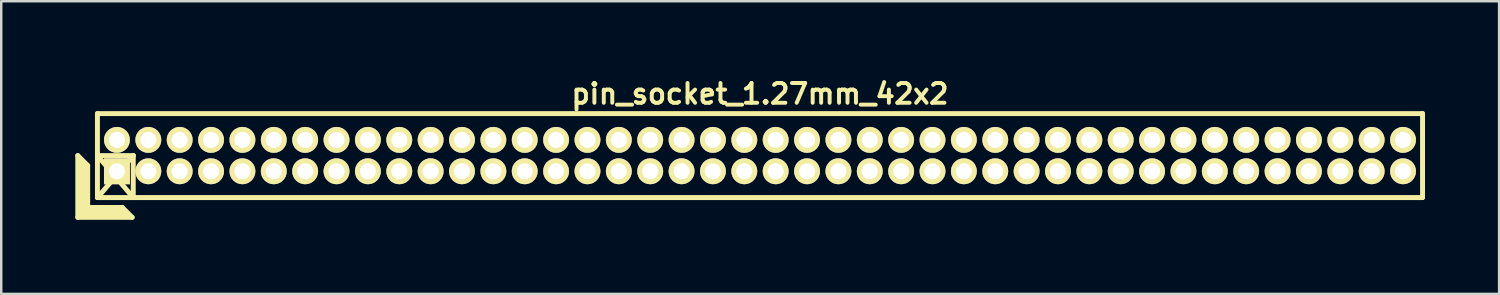
<source format=kicad_pcb>
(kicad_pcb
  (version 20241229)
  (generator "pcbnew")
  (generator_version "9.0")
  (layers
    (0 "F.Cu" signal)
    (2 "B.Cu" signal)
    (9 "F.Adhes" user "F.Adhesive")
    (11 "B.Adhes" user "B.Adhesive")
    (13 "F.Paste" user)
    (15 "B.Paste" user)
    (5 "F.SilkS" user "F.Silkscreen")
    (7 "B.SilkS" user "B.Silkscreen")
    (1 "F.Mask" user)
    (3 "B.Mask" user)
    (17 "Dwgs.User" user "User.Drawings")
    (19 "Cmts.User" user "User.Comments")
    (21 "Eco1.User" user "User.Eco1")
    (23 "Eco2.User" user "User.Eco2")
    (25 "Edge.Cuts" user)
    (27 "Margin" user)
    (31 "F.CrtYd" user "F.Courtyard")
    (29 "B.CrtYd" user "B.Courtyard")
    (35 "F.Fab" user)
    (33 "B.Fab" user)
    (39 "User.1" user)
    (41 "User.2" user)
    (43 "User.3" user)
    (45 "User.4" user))
  (footprint "pin_socket_1.27mm_42x2"
    (layer "F.Cu")
    (at 27.72 3.249)
    (property "Reference" "pin_socket_1.27mm_42x2" (at 0 -2.5 0) (layer "F.SilkS") (effects (font (size 0.8 0.8) (thickness 0.16))))
    (attr through_hole)
    (fp_line (start -27.62 0) (end -27.62 2.5) (stroke (width 0.2) (type solid)) (layer "F.SilkS"))
    (fp_line (start -27.62 0) (end -27.22 0.4) (stroke (width 0.2) (type solid)) (layer "F.SilkS"))
    (fp_line (start -27.62 2.5) (end -25.42 2.5) (stroke (width 0.2) (type solid)) (layer "F.SilkS"))
    (fp_line (start -27.52 2.4) (end -27.52 0.2) (stroke (width 0.2) (type solid)) (layer "F.SilkS"))
    (fp_line (start -27.52 2.4) (end -25.62 2.4) (stroke (width 0.2) (type solid)) (layer "F.SilkS"))
    (fp_line (start -27.42 2.3) (end -27.42 0.3) (stroke (width 0.2) (type solid)) (layer "F.SilkS"))
    (fp_line (start -27.42 2.3) (end -25.72 2.3) (stroke (width 0.2) (type solid)) (layer "F.SilkS"))
    (fp_line (start -27.32 2.2) (end -27.32 0.4) (stroke (width 0.2) (type solid)) (layer "F.SilkS"))
    (fp_line (start -27.32 2.2) (end -25.82 2.2) (stroke (width 0.2) (type solid)) (layer "F.SilkS"))
    (fp_line (start -27.22 2.1) (end -27.22 0.4) (stroke (width 0.2) (type solid)) (layer "F.SilkS"))
    (fp_line (start -27.22 2.1) (end -25.82 2.1) (stroke (width 0.2) (type solid)) (layer "F.SilkS"))
    (fp_line (start -26.825 -1.7) (end 26.825 -1.7) (stroke (width 0.2) (type solid)) (layer "F.SilkS"))
    (fp_line (start -26.825 0) (end -25.375 0) (stroke (width 0.2) (type solid)) (layer "F.SilkS"))
    (fp_line (start -26.825 0) (end -25.375 1.7) (stroke (width 0.2) (type solid)) (layer "F.SilkS"))
    (fp_line (start -26.825 1.7) (end -26.825 -1.7) (stroke (width 0.2) (type solid)) (layer "F.SilkS"))
    (fp_line (start -25.82 2.1) (end -25.42 2.5) (stroke (width 0.2) (type solid)) (layer "F.SilkS"))
    (fp_line (start -25.375 0) (end -26.82 1.7) (stroke (width 0.2) (type solid)) (layer "F.SilkS"))
    (fp_line (start -25.375 0) (end -25.375 1.7) (stroke (width 0.2) (type solid)) (layer "F.SilkS"))
    (fp_line (start 26.825 -1.7) (end 26.825 1.7) (stroke (width 0.2) (type solid)) (layer "F.SilkS"))
    (fp_line (start 26.825 1.7) (end -26.825 1.7) (stroke (width 0.2) (type solid)) (layer "F.SilkS"))
    (pad "1" thru_hole rect (at -26.035 0.635) (size 1.05 1.05) (drill 0.65) (layers "*.Cu" "*.Mask" "F.SilkS"))
    (pad "2" thru_hole oval (at -26.035 -0.635) (size 1.05 1.05) (drill 0.65) (layers "*.Cu" "*.Mask" "F.SilkS"))
    (pad "3" thru_hole oval (at -24.765 0.635) (size 1.05 1.05) (drill 0.65) (layers "*.Cu" "*.Mask" "F.SilkS"))
    (pad "4" thru_hole oval (at -24.765 -0.635) (size 1.05 1.05) (drill 0.65) (layers "*.Cu" "*.Mask" "F.SilkS"))
    (pad "5" thru_hole oval (at -23.495 0.635) (size 1.05 1.05) (drill 0.65) (layers "*.Cu" "*.Mask" "F.SilkS"))
    (pad "6" thru_hole oval (at -23.495 -0.635) (size 1.05 1.05) (drill 0.65) (layers "*.Cu" "*.Mask" "F.SilkS"))
    (pad "7" thru_hole oval (at -22.225 0.635) (size 1.05 1.05) (drill 0.65) (layers "*.Cu" "*.Mask" "F.SilkS"))
    (pad "8" thru_hole oval (at -22.225 -0.635) (size 1.05 1.05) (drill 0.65) (layers "*.Cu" "*.Mask" "F.SilkS"))
    (pad "9" thru_hole oval (at -20.955 0.635) (size 1.05 1.05) (drill 0.65) (layers "*.Cu" "*.Mask" "F.SilkS"))
    (pad "10" thru_hole oval (at -20.955 -0.635) (size 1.05 1.05) (drill 0.65) (layers "*.Cu" "*.Mask" "F.SilkS"))
    (pad "11" thru_hole oval (at -19.685 0.635) (size 1.05 1.05) (drill 0.65) (layers "*.Cu" "*.Mask" "F.SilkS"))
    (pad "12" thru_hole oval (at -19.685 -0.635) (size 1.05 1.05) (drill 0.65) (layers "*.Cu" "*.Mask" "F.SilkS"))
    (pad "13" thru_hole oval (at -18.415 0.635) (size 1.05 1.05) (drill 0.65) (layers "*.Cu" "*.Mask" "F.SilkS"))
    (pad "14" thru_hole oval (at -18.415 -0.635) (size 1.05 1.05) (drill 0.65) (layers "*.Cu" "*.Mask" "F.SilkS"))
    (pad "15" thru_hole oval (at -17.145 0.635) (size 1.05 1.05) (drill 0.65) (layers "*.Cu" "*.Mask" "F.SilkS"))
    (pad "16" thru_hole oval (at -17.145 -0.635) (size 1.05 1.05) (drill 0.65) (layers "*.Cu" "*.Mask" "F.SilkS"))
    (pad "17" thru_hole oval (at -15.875 0.635) (size 1.05 1.05) (drill 0.65) (layers "*.Cu" "*.Mask" "F.SilkS"))
    (pad "18" thru_hole oval (at -15.875 -0.635) (size 1.05 1.05) (drill 0.65) (layers "*.Cu" "*.Mask" "F.SilkS"))
    (pad "19" thru_hole oval (at -14.605 0.635) (size 1.05 1.05) (drill 0.65) (layers "*.Cu" "*.Mask" "F.SilkS"))
    (pad "20" thru_hole oval (at -14.605 -0.635) (size 1.05 1.05) (drill 0.65) (layers "*.Cu" "*.Mask" "F.SilkS"))
    (pad "21" thru_hole oval (at -13.335 0.635) (size 1.05 1.05) (drill 0.65) (layers "*.Cu" "*.Mask" "F.SilkS"))
    (pad "22" thru_hole oval (at -13.335 -0.635) (size 1.05 1.05) (drill 0.65) (layers "*.Cu" "*.Mask" "F.SilkS"))
    (pad "23" thru_hole oval (at -12.065 0.635) (size 1.05 1.05) (drill 0.65) (layers "*.Cu" "*.Mask" "F.SilkS"))
    (pad "24" thru_hole oval (at -12.065 -0.635) (size 1.05 1.05) (drill 0.65) (layers "*.Cu" "*.Mask" "F.SilkS"))
    (pad "25" thru_hole oval (at -10.795 0.635) (size 1.05 1.05) (drill 0.65) (layers "*.Cu" "*.Mask" "F.SilkS"))
    (pad "26" thru_hole oval (at -10.795 -0.635) (size 1.05 1.05) (drill 0.65) (layers "*.Cu" "*.Mask" "F.SilkS"))
    (pad "27" thru_hole oval (at -9.525 0.635) (size 1.05 1.05) (drill 0.65) (layers "*.Cu" "*.Mask" "F.SilkS"))
    (pad "28" thru_hole oval (at -9.525 -0.635) (size 1.05 1.05) (drill 0.65) (layers "*.Cu" "*.Mask" "F.SilkS"))
    (pad "29" thru_hole oval (at -8.255 0.635) (size 1.05 1.05) (drill 0.65) (layers "*.Cu" "*.Mask" "F.SilkS"))
    (pad "30" thru_hole oval (at -8.255 -0.635) (size 1.05 1.05) (drill 0.65) (layers "*.Cu" "*.Mask" "F.SilkS"))
    (pad "31" thru_hole oval (at -6.985 0.635) (size 1.05 1.05) (drill 0.65) (layers "*.Cu" "*.Mask" "F.SilkS"))
    (pad "32" thru_hole oval (at -6.985 -0.635) (size 1.05 1.05) (drill 0.65) (layers "*.Cu" "*.Mask" "F.SilkS"))
    (pad "33" thru_hole oval (at -5.715 0.635) (size 1.05 1.05) (drill 0.65) (layers "*.Cu" "*.Mask" "F.SilkS"))
    (pad "34" thru_hole oval (at -5.715 -0.635) (size 1.05 1.05) (drill 0.65) (layers "*.Cu" "*.Mask" "F.SilkS"))
    (pad "35" thru_hole oval (at -4.445 0.635) (size 1.05 1.05) (drill 0.65) (layers "*.Cu" "*.Mask" "F.SilkS"))
    (pad "36" thru_hole oval (at -4.445 -0.635) (size 1.05 1.05) (drill 0.65) (layers "*.Cu" "*.Mask" "F.SilkS"))
    (pad "37" thru_hole oval (at -3.175 0.635) (size 1.05 1.05) (drill 0.65) (layers "*.Cu" "*.Mask" "F.SilkS"))
    (pad "38" thru_hole oval (at -3.175 -0.635) (size 1.05 1.05) (drill 0.65) (layers "*.Cu" "*.Mask" "F.SilkS"))
    (pad "39" thru_hole oval (at -1.905 0.635) (size 1.05 1.05) (drill 0.65) (layers "*.Cu" "*.Mask" "F.SilkS"))
    (pad "40" thru_hole oval (at -1.905 -0.635) (size 1.05 1.05) (drill 0.65) (layers "*.Cu" "*.Mask" "F.SilkS"))
    (pad "41" thru_hole oval (at -0.635 0.635) (size 1.05 1.05) (drill 0.65) (layers "*.Cu" "*.Mask" "F.SilkS"))
    (pad "42" thru_hole oval (at -0.635 -0.635) (size 1.05 1.05) (drill 0.65) (layers "*.Cu" "*.Mask" "F.SilkS"))
    (pad "43" thru_hole oval (at 0.635 0.635) (size 1.05 1.05) (drill 0.65) (layers "*.Cu" "*.Mask" "F.SilkS"))
    (pad "44" thru_hole oval (at 0.635 -0.635) (size 1.05 1.05) (drill 0.65) (layers "*.Cu" "*.Mask" "F.SilkS"))
    (pad "45" thru_hole oval (at 1.905 0.635) (size 1.05 1.05) (drill 0.65) (layers "*.Cu" "*.Mask" "F.SilkS"))
    (pad "46" thru_hole oval (at 1.905 -0.635) (size 1.05 1.05) (drill 0.65) (layers "*.Cu" "*.Mask" "F.SilkS"))
    (pad "47" thru_hole oval (at 3.175 0.635) (size 1.05 1.05) (drill 0.65) (layers "*.Cu" "*.Mask" "F.SilkS"))
    (pad "48" thru_hole oval (at 3.175 -0.635) (size 1.05 1.05) (drill 0.65) (layers "*.Cu" "*.Mask" "F.SilkS"))
    (pad "49" thru_hole oval (at 4.445 0.635) (size 1.05 1.05) (drill 0.65) (layers "*.Cu" "*.Mask" "F.SilkS"))
    (pad "50" thru_hole oval (at 4.445 -0.635) (size 1.05 1.05) (drill 0.65) (layers "*.Cu" "*.Mask" "F.SilkS"))
    (pad "51" thru_hole circle (at 5.715 0.635) (size 1.05 1.05) (drill 0.65) (layers "*.Cu" "*.Mask" "F.SilkS"))
    (pad "52" thru_hole oval (at 5.715 -0.635) (size 1.05 1.05) (drill 0.65) (layers "*.Cu" "*.Mask" "F.SilkS"))
    (pad "53" thru_hole oval (at 6.985 0.635) (size 1.05 1.05) (drill 0.65) (layers "*.Cu" "*.Mask" "F.SilkS"))
    (pad "54" thru_hole oval (at 6.985 -0.635) (size 1.05 1.05) (drill 0.65) (layers "*.Cu" "*.Mask" "F.SilkS"))
    (pad "55" thru_hole oval (at 8.255 0.635) (size 1.05 1.05) (drill 0.65) (layers "*.Cu" "*.Mask" "F.SilkS"))
    (pad "56" thru_hole oval (at 8.255 -0.635) (size 1.05 1.05) (drill 0.65) (layers "*.Cu" "*.Mask" "F.SilkS"))
    (pad "57" thru_hole oval (at 9.525 0.635) (size 1.05 1.05) (drill 0.65) (layers "*.Cu" "*.Mask" "F.SilkS"))
    (pad "58" thru_hole oval (at 9.525 -0.635) (size 1.05 1.05) (drill 0.65) (layers "*.Cu" "*.Mask" "F.SilkS"))
    (pad "59" thru_hole oval (at 10.795 0.635) (size 1.05 1.05) (drill 0.65) (layers "*.Cu" "*.Mask" "F.SilkS"))
    (pad "60" thru_hole oval (at 10.795 -0.635) (size 1.05 1.05) (drill 0.65) (layers "*.Cu" "*.Mask" "F.SilkS"))
    (pad "61" thru_hole oval (at 12.065 0.635) (size 1.05 1.05) (drill 0.65) (layers "*.Cu" "*.Mask" "F.SilkS"))
    (pad "62" thru_hole oval (at 12.065 -0.635) (size 1.05 1.05) (drill 0.65) (layers "*.Cu" "*.Mask" "F.SilkS"))
    (pad "63" thru_hole oval (at 13.335 0.635) (size 1.05 1.05) (drill 0.65) (layers "*.Cu" "*.Mask" "F.SilkS"))
    (pad "64" thru_hole oval (at 13.335 -0.635) (size 1.05 1.05) (drill 0.65) (layers "*.Cu" "*.Mask" "F.SilkS"))
    (pad "65" thru_hole oval (at 14.605 0.635) (size 1.05 1.05) (drill 0.65) (layers "*.Cu" "*.Mask" "F.SilkS"))
    (pad "66" thru_hole oval (at 14.605 -0.635) (size 1.05 1.05) (drill 0.65) (layers "*.Cu" "*.Mask" "F.SilkS"))
    (pad "67" thru_hole oval (at 15.875 0.635) (size 1.05 1.05) (drill 0.65) (layers "*.Cu" "*.Mask" "F.SilkS"))
    (pad "68" thru_hole oval (at 15.875 -0.635) (size 1.05 1.05) (drill 0.65) (layers "*.Cu" "*.Mask" "F.SilkS"))
    (pad "69" thru_hole oval (at 17.145 0.635) (size 1.05 1.05) (drill 0.65) (layers "*.Cu" "*.Mask" "F.SilkS"))
    (pad "70" thru_hole oval (at 17.145 -0.635) (size 1.05 1.05) (drill 0.65) (layers "*.Cu" "*.Mask" "F.SilkS"))
    (pad "71" thru_hole oval (at 18.415 0.635) (size 1.05 1.05) (drill 0.65) (layers "*.Cu" "*.Mask" "F.SilkS"))
    (pad "72" thru_hole oval (at 18.415 -0.635) (size 1.05 1.05) (drill 0.65) (layers "*.Cu" "*.Mask" "F.SilkS"))
    (pad "73" thru_hole oval (at 19.685 0.635) (size 1.05 1.05) (drill 0.65) (layers "*.Cu" "*.Mask" "F.SilkS"))
    (pad "74" thru_hole oval (at 19.685 -0.635) (size 1.05 1.05) (drill 0.65) (layers "*.Cu" "*.Mask" "F.SilkS"))
    (pad "75" thru_hole oval (at 20.955 0.635) (size 1.05 1.05) (drill 0.65) (layers "*.Cu" "*.Mask" "F.SilkS"))
    (pad "76" thru_hole oval (at 20.955 -0.635) (size 1.05 1.05) (drill 0.65) (layers "*.Cu" "*.Mask" "F.SilkS"))
    (pad "77" thru_hole oval (at 22.225 0.635) (size 1.05 1.05) (drill 0.65) (layers "*.Cu" "*.Mask" "F.SilkS"))
    (pad "78" thru_hole oval (at 22.225 -0.635) (size 1.05 1.05) (drill 0.65) (layers "*.Cu" "*.Mask" "F.SilkS"))
    (pad "79" thru_hole oval (at 23.495 0.635) (size 1.05 1.05) (drill 0.65) (layers "*.Cu" "*.Mask" "F.SilkS"))
    (pad "80" thru_hole oval (at 23.495 -0.635) (size 1.05 1.05) (drill 0.65) (layers "*.Cu" "*.Mask" "F.SilkS"))
    (pad "81" thru_hole oval (at 24.765 0.635) (size 1.05 1.05) (drill 0.65) (layers "*.Cu" "*.Mask" "F.SilkS"))
    (pad "82" thru_hole oval (at 24.765 -0.635) (size 1.05 1.05) (drill 0.65) (layers "*.Cu" "*.Mask" "F.SilkS"))
    (pad "83" thru_hole oval (at 26.035 0.635) (size 1.05 1.05) (drill 0.65) (layers "*.Cu" "*.Mask" "F.SilkS"))
    (pad "84" thru_hole oval (at 26.035 -0.635) (size 1.05 1.05) (drill 0.65) (layers "*.Cu" "*.Mask" "F.SilkS")))
  (gr_rect
    (start -3 -3)
    (end 57.645 8.849)
    (stroke (width 0.1) (type default))
    (fill no)
    (layer "Edge.Cuts")))
</source>
